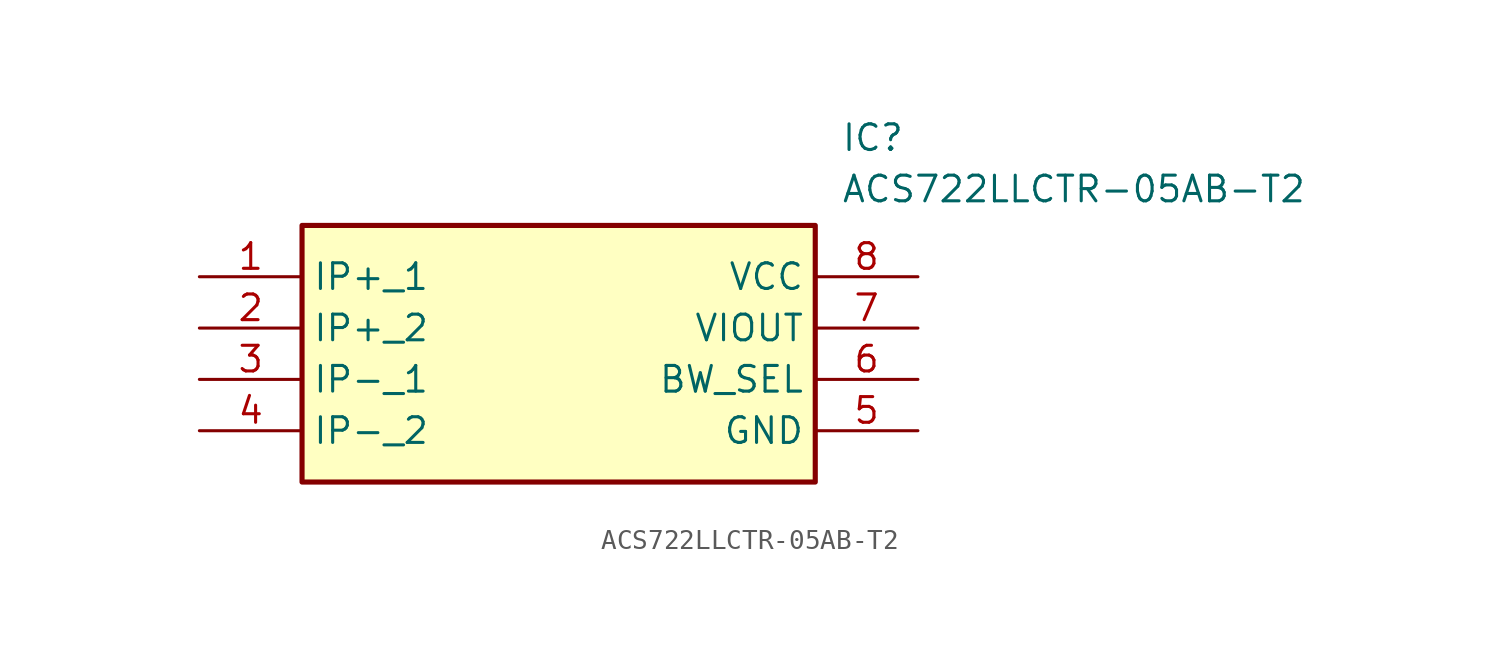
<source format=kicad_sym>
(kicad_symbol_lib
  (version 20211014)
  (generator SamacSys_ECAD_Model)
  (symbol "ACS722LLCTR-05AB-T2"
    (property "Reference" "IC"
      (at 31.75 7.62 0)
      (effects (font (size 1.27 1.27)) (justify left top)))
    (property "Value" "ACS722LLCTR-05AB-T2"
      (at 31.75 5.08 0)
      (effects (font (size 1.27 1.27)) (justify left top)))
    (rectangle
      (start 5.08 2.54)
      (end 30.48 -10.16)
      (stroke (width 0.254) (type default))
      (fill (type background)))
    (pin passive line
      (at 0 0 0)
      (length 5.08)
      (name "IP+_1" (effects (font (size 1.27 1.27))))
      (number "1" (effects (font (size 1.27 1.27)))))
    (pin passive line
      (at 0 -2.54 0)
      (length 5.08)
      (name "IP+_2" (effects (font (size 1.27 1.27))))
      (number "2" (effects (font (size 1.27 1.27)))))
    (pin passive line
      (at 0 -5.08 0)
      (length 5.08)
      (name "IP-_1" (effects (font (size 1.27 1.27))))
      (number "3" (effects (font (size 1.27 1.27)))))
    (pin passive line
      (at 0 -7.62 0)
      (length 5.08)
      (name "IP-_2" (effects (font (size 1.27 1.27))))
      (number "4" (effects (font (size 1.27 1.27)))))
    (pin passive line
      (at 35.56 -7.62 180)
      (length 5.08)
      (name "GND" (effects (font (size 1.27 1.27))))
      (number "5" (effects (font (size 1.27 1.27)))))
    (pin passive line
      (at 35.56 -5.08 180)
      (length 5.08)
      (name "BW_SEL" (effects (font (size 1.27 1.27))))
      (number "6" (effects (font (size 1.27 1.27)))))
    (pin passive line
      (at 35.56 -2.54 180)
      (length 5.08)
      (name "VIOUT" (effects (font (size 1.27 1.27))))
      (number "7" (effects (font (size 1.27 1.27)))))
    (pin passive line
      (at 35.56 0 180)
      (length 5.08)
      (name "VCC" (effects (font (size 1.27 1.27))))
      (number "8" (effects (font (size 1.27 1.27)))))))
</source>
